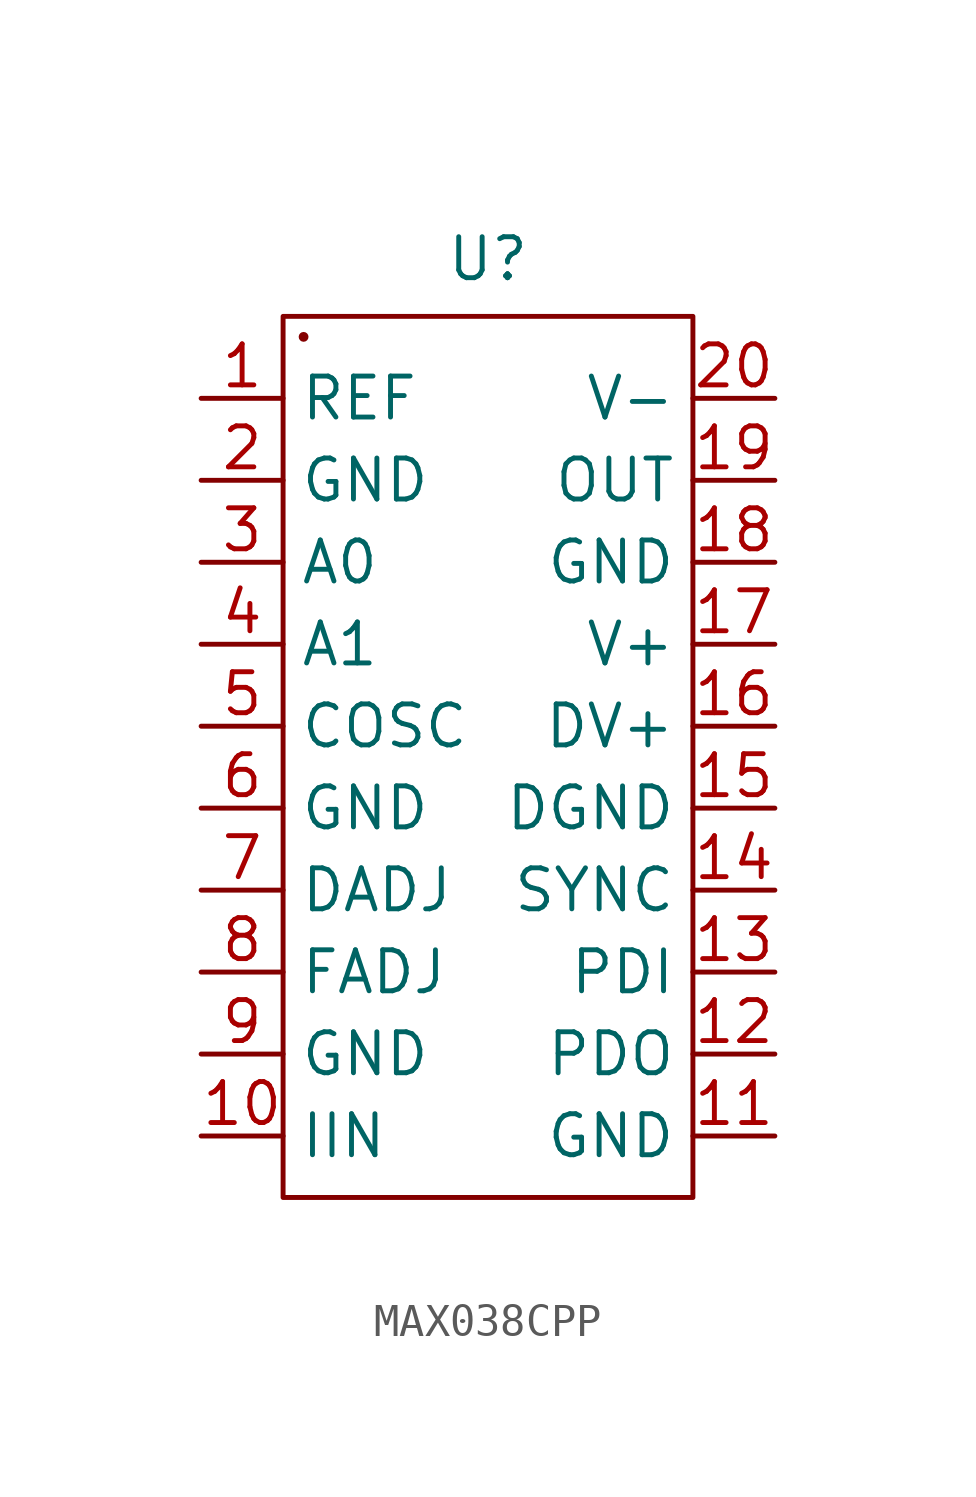
<source format=kicad_sym>
(kicad_symbol_lib
  (version 20241209)
  (generator "kicad_symbol_editor")
  (generator_version "9.0")
  (symbol "MAX038CPP"
    (property "Reference" "U"
      (at 0 1.778 0)
      (effects (font (size 1.27 1.27))))
    (property "Value" ""
      (at 0 0 0)
      (effects (font (size 1.27 1.27))))
    (symbol "MAX038CPP_0_1"
      (rectangle (start -6.35 0) (end 6.35 -27.305) (stroke (width 0) (type default)) (fill (type none)))
      (circle (center -5.715 -0.635) (radius 0.0001) (stroke (width 0) (type default)) (fill (type none))))
    (symbol "MAX038CPP_1_1"
      (pin power_out line (at -8.89 -2.54 0) (length 2.54) (name "REF" (effects (font (size 1.27 1.27)))) (number "1" (effects (font (size 1.27 1.27)))))
      (pin power_in line (at -8.89 -5.08 0) (length 2.54) (name "GND" (effects (font (size 1.27 1.27)))) (number "2" (effects (font (size 1.27 1.27)))))
      (pin input line (at -8.89 -7.62 0) (length 2.54) (name "A0" (effects (font (size 1.27 1.27)))) (number "3" (effects (font (size 1.27 1.27)))))
      (pin input line (at -8.89 -10.16 0) (length 2.54) (name "A1" (effects (font (size 1.27 1.27)))) (number "4" (effects (font (size 1.27 1.27)))))
      (pin passive line (at -8.89 -12.7 0) (length 2.54) (name "COSC" (effects (font (size 1.27 1.27)))) (number "5" (effects (font (size 1.27 1.27)))))
      (pin power_in line (at -8.89 -15.24 0) (length 2.54) (name "GND" (effects (font (size 1.27 1.27)))) (number "6" (effects (font (size 1.27 1.27)))))
      (pin input line (at -8.89 -17.78 0) (length 2.54) (name "DADJ" (effects (font (size 1.27 1.27)))) (number "7" (effects (font (size 1.27 1.27)))))
      (pin input line (at -8.89 -20.32 0) (length 2.54) (name "FADJ" (effects (font (size 1.27 1.27)))) (number "8" (effects (font (size 1.27 1.27)))))
      (pin power_in line (at -8.89 -22.86 0) (length 2.54) (name "GND" (effects (font (size 1.27 1.27)))) (number "9" (effects (font (size 1.27 1.27)))))
      (pin power_in line (at -8.89 -25.4 0) (length 2.54) (name "IIN" (effects (font (size 1.27 1.27)))) (number "10" (effects (font (size 1.27 1.27)))))
      (pin power_in line (at 8.89 -2.54 180) (length 2.54) (name "V-" (effects (font (size 1.27 1.27)))) (number "20" (effects (font (size 1.27 1.27)))))
      (pin power_out line (at 8.89 -5.08 180) (length 2.54) (name "OUT" (effects (font (size 1.27 1.27)))) (number "19" (effects (font (size 1.27 1.27)))))
      (pin power_in line (at 8.89 -7.62 180) (length 2.54) (name "GND" (effects (font (size 1.27 1.27)))) (number "18" (effects (font (size 1.27 1.27)))))
      (pin power_in line (at 8.89 -10.16 180) (length 2.54) (name "V+" (effects (font (size 1.27 1.27)))) (number "17" (effects (font (size 1.27 1.27)))))
      (pin power_in line (at 8.89 -12.7 180) (length 2.54) (name "DV+" (effects (font (size 1.27 1.27)))) (number "16" (effects (font (size 1.27 1.27)))))
      (pin power_in line (at 8.89 -15.24 180) (length 2.54) (name "DGND" (effects (font (size 1.27 1.27)))) (number "15" (effects (font (size 1.27 1.27)))))
      (pin input line (at 8.89 -17.78 180) (length 2.54) (name "SYNC" (effects (font (size 1.27 1.27)))) (number "14" (effects (font (size 1.27 1.27)))))
      (pin input line (at 8.89 -20.32 180) (length 2.54) (name "PDI" (effects (font (size 1.27 1.27)))) (number "13" (effects (font (size 1.27 1.27)))))
      (pin output line (at 8.89 -22.86 180) (length 2.54) (name "PDO" (effects (font (size 1.27 1.27)))) (number "12" (effects (font (size 1.27 1.27)))))
      (pin power_in line (at 8.89 -25.4 180) (length 2.54) (name "GND" (effects (font (size 1.27 1.27)))) (number "11" (effects (font (size 1.27 1.27))))))))
</source>
